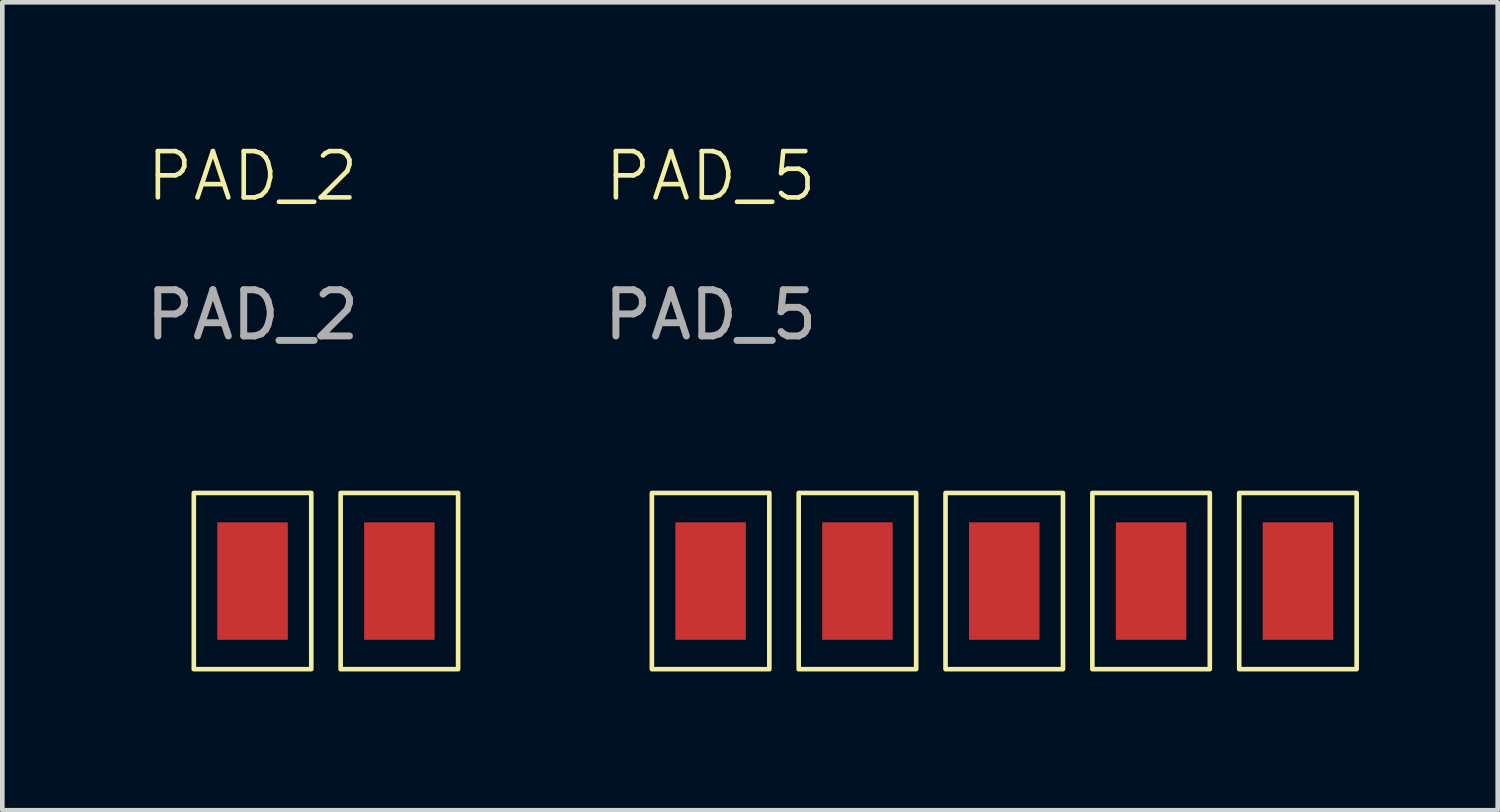
<source format=kicad_pcb>
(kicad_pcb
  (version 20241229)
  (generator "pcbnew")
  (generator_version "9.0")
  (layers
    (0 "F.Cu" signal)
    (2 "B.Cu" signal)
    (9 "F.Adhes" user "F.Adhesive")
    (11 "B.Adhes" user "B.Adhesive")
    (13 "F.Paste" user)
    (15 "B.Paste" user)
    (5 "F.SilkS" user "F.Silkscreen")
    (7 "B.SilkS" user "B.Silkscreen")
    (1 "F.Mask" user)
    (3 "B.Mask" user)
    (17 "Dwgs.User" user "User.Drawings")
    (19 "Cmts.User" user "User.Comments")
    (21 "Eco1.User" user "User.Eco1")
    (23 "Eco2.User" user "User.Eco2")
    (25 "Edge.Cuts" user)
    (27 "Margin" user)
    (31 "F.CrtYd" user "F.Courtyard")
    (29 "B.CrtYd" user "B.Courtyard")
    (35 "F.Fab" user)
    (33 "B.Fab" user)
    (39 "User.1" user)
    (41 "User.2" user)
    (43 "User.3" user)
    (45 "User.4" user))
  (footprint "PAD_5"
    (layer "F.Cu")
    (at 12.316 1.26)
    (property "Reference" "PAD_5" (at 0 -0.5 0) (unlocked yes) (layer "F.SilkS") (effects (font (size 1 1) (thickness 0.1))))
    (attr through_hole)
    (fp_rect (start -1.27 6.35) (end 1.27 10.16) (stroke (width 0.1) (type default)) (fill no) (layer "F.SilkS"))
    (fp_rect (start 1.905 6.35) (end 4.445 10.16) (stroke (width 0.1) (type default)) (fill no) (layer "F.SilkS"))
    (fp_rect (start 5.08 6.35) (end 7.62 10.16) (stroke (width 0.1) (type default)) (fill no) (layer "F.SilkS"))
    (fp_rect (start 8.255 6.35) (end 10.795 10.16) (stroke (width 0.1) (type default)) (fill no) (layer "F.SilkS"))
    (fp_rect (start 11.43 6.35) (end 13.97 10.16) (stroke (width 0.1) (type default)) (fill no) (layer "F.SilkS"))
    (fp_text user "${REFERENCE}" (at 0 2.5 0) (unlocked yes) (layer "F.Fab") (effects (font (size 1 1) (thickness 0.15))))
    (pad "1" smd rect (at 0 8.255) (size 1.524 2.54) (layers "F.Cu" "F.Mask" "F.Paste"))
    (pad "2" smd rect (at 3.175 8.255) (size 1.524 2.54) (layers "F.Cu" "F.Mask" "F.Paste"))
    (pad "3" smd rect (at 6.35 8.255) (size 1.524 2.54) (layers "F.Cu" "F.Mask" "F.Paste"))
    (pad "4" smd rect (at 9.525 8.255) (size 1.524 2.54) (layers "F.Cu" "F.Mask" "F.Paste"))
    (pad "5" smd rect (at 12.7 8.255) (size 1.524 2.54) (layers "F.Cu" "F.Mask" "F.Paste")))
  (footprint "PAD_2"
    (layer "F.Cu")
    (at 2.411 1.26)
    (property "Reference" "PAD_2" (at 0 -0.5 0) (unlocked yes) (layer "F.SilkS") (effects (font (size 1 1) (thickness 0.1))))
    (attr through_hole)
    (fp_rect (start -1.27 6.35) (end 1.27 10.16) (stroke (width 0.1) (type default)) (fill no) (layer "F.SilkS"))
    (fp_rect (start 1.905 6.35) (end 4.445 10.16) (stroke (width 0.1) (type default)) (fill no) (layer "F.SilkS"))
    (fp_text user "${REFERENCE}" (at 0 2.5 0) (unlocked yes) (layer "F.Fab") (effects (font (size 1 1) (thickness 0.15))))
    (pad "1" smd rect (at 0 8.255) (size 1.524 2.54) (layers "F.Cu" "F.Mask" "F.Paste"))
    (pad "2" smd rect (at 3.175 8.255) (size 1.524 2.54) (layers "F.Cu" "F.Mask" "F.Paste")))
  (gr_rect
    (start -3 -3)
    (end 29.336 14.47)
    (stroke (width 0.1) (type default))
    (fill no)
    (layer "Edge.Cuts")))
</source>
